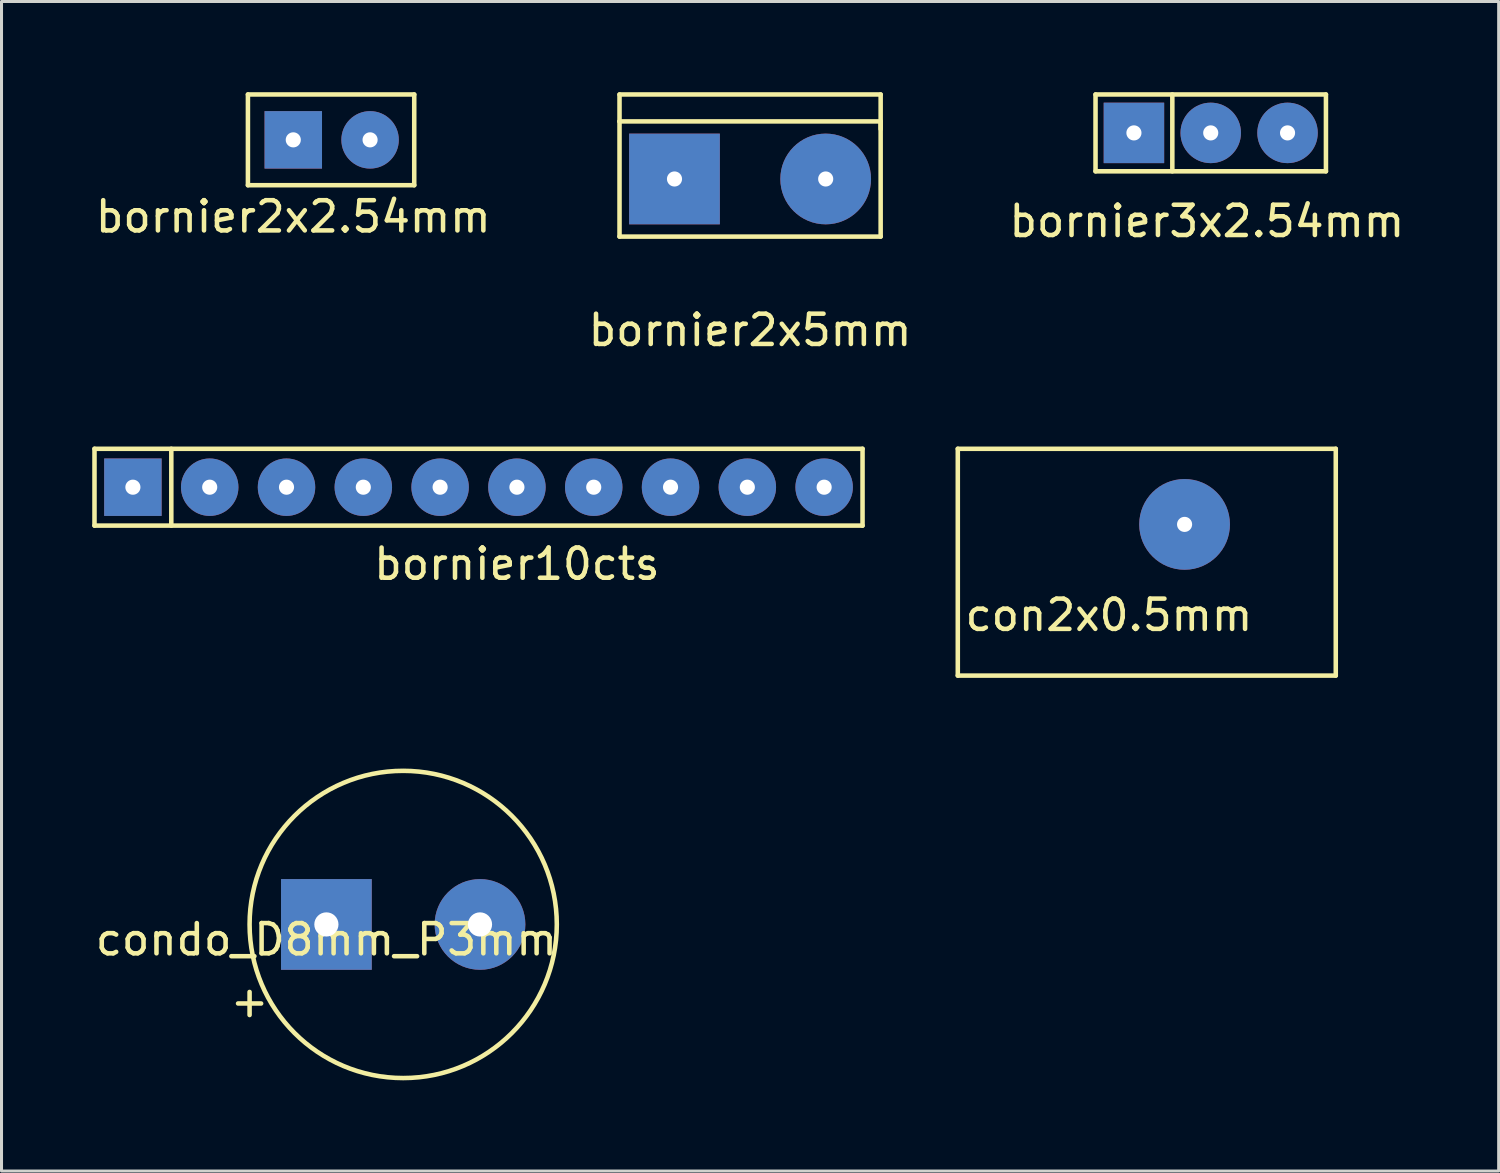
<source format=kicad_pcb>
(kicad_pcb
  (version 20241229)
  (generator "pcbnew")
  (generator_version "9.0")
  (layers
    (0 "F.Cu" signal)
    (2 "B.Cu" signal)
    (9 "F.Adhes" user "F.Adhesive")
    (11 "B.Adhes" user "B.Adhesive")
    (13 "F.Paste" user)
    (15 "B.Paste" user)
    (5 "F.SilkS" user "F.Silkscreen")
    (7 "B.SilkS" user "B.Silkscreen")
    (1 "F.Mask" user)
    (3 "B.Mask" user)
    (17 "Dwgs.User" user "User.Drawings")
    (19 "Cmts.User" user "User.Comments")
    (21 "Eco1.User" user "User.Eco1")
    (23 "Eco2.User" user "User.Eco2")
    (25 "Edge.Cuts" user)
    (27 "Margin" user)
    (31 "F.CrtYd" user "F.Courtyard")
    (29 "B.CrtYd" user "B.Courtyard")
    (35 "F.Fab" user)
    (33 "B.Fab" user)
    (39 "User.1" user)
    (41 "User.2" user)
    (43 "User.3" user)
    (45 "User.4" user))
  (footprint "bornier2x5mm"
    (layer "F.Cu")
    (at 21.756 2.869)
    (property "Reference" "bornier2x5mm" (at 0 5 0) (layer "F.SilkS") (effects (font (size 1 1) (thickness 0.15))))
    (attr through_hole)
    (fp_line (start -4.318 -2.794) (end 4.318 -2.794) (stroke (width 0.15) (type solid)) (layer "F.SilkS"))
    (fp_line (start -4.318 -1.905) (end -4.318 -2.794) (stroke (width 0.15) (type solid)) (layer "F.SilkS"))
    (fp_line (start -4.318 -1.905) (end 4.318 -1.905) (stroke (width 0.15) (type solid)) (layer "F.SilkS"))
    (fp_line (start -4.318 1.905) (end -4.318 -1.905) (stroke (width 0.15) (type solid)) (layer "F.SilkS"))
    (fp_line (start 4.318 -2.794) (end 4.318 -1.651) (stroke (width 0.15) (type solid)) (layer "F.SilkS"))
    (fp_line (start 4.318 -1.905) (end 4.318 1.905) (stroke (width 0.15) (type solid)) (layer "F.SilkS"))
    (fp_line (start 4.318 1.905) (end -4.318 1.905) (stroke (width 0.15) (type solid)) (layer "F.SilkS"))
    (pad "1" thru_hole rect (at -2.5 0) (size 3 3) (drill 0.5) (layers "*.Cu" "*.Mask"))
    (pad "2" thru_hole circle (at 2.5 0) (size 3 3) (drill 0.5) (layers "*.Cu" "*.Mask")))
  (footprint "bornier10cts"
    (layer "F.Cu")
    (at 14.045 13.062)
    (property "Reference" "bornier10cts" (at 0 2.54 0) (layer "F.SilkS") (effects (font (size 1 1) (thickness 0.15))))
    (attr through_hole)
    (fp_line (start -13.97 -1.27) (end -13.97 1.27) (stroke (width 0.15) (type solid)) (layer "F.SilkS"))
    (fp_line (start -13.97 1.27) (end 11.43 1.27) (stroke (width 0.15) (type solid)) (layer "F.SilkS"))
    (fp_line (start -11.43 1.27) (end -11.43 -1.27) (stroke (width 0.15) (type solid)) (layer "F.SilkS"))
    (fp_line (start 11.43 -1.27) (end -13.97 -1.27) (stroke (width 0.15) (type solid)) (layer "F.SilkS"))
    (fp_line (start 11.43 1.27) (end 11.43 -1.27) (stroke (width 0.15) (type solid)) (layer "F.SilkS"))
    (pad "1" thru_hole rect (at -12.7 0) (size 1.9 1.9) (drill 0.5) (layers "*.Cu" "*.Mask"))
    (pad "2" thru_hole circle (at -10.16 0) (size 1.9 1.9) (drill 0.5) (layers "*.Cu" "*.Mask"))
    (pad "3" thru_hole circle (at -7.62 0) (size 1.9 1.9) (drill 0.5) (layers "*.Cu" "*.Mask"))
    (pad "4" thru_hole circle (at -5.08 0) (size 1.9 1.9) (drill 0.5) (layers "*.Cu" "*.Mask"))
    (pad "5" thru_hole circle (at -2.54 0) (size 1.9 1.9) (drill 0.5) (layers "*.Cu" "*.Mask"))
    (pad "6" thru_hole circle (at 0 0) (size 1.9 1.9) (drill 0.5) (layers "*.Cu" "*.Mask"))
    (pad "7" thru_hole circle (at 2.54 0) (size 1.9 1.9) (drill 0.5) (layers "*.Cu" "*.Mask"))
    (pad "8" thru_hole circle (at 5.08 0) (size 1.9 1.9) (drill 0.5) (layers "*.Cu" "*.Mask"))
    (pad "9" thru_hole circle (at 7.62 0) (size 1.9 1.9) (drill 0.5) (layers "*.Cu" "*.Mask"))
    (pad "10" thru_hole circle (at 10.16 0) (size 1.9 1.9) (drill 0.5) (layers "*.Cu" "*.Mask")))
  (footprint "bornier2x2.54mm"
    (layer "F.Cu")
    (at 6.649 1.575)
    (property "Reference" "bornier2x2.54mm" (at 0 2.54 0) (layer "F.SilkS") (effects (font (size 1 1) (thickness 0.15))))
    (attr through_hole)
    (fp_line (start -1.5 -1.5) (end -1.5 1.5) (stroke (width 0.15) (type solid)) (layer "F.SilkS"))
    (fp_line (start -1.5 1.5) (end 4 1.5) (stroke (width 0.15) (type solid)) (layer "F.SilkS"))
    (fp_line (start 4 -1.5) (end -1.5 -1.5) (stroke (width 0.15) (type solid)) (layer "F.SilkS"))
    (fp_line (start 4 1.5) (end 4 -1.5) (stroke (width 0.15) (type solid)) (layer "F.SilkS"))
    (pad "1" thru_hole rect (at 0 0) (size 1.9 1.9) (drill 0.5) (layers "*.Cu" "*.Mask"))
    (pad "2" thru_hole circle (at 2.54 0) (size 1.9 1.9) (drill 0.5) (layers "*.Cu" "*.Mask")))
  (footprint "bornier3x2.54mm"
    (layer "F.Cu")
    (at 36.99 1.345)
    (property "Reference" "bornier3x2.54mm" (at -0.127 2.921 0) (layer "F.SilkS") (effects (font (size 1 1) (thickness 0.15))))
    (attr through_hole)
    (fp_line (start -3.81 -1.27) (end -3.81 1.27) (stroke (width 0.15) (type solid)) (layer "F.SilkS"))
    (fp_line (start -3.81 1.27) (end 3.81 1.27) (stroke (width 0.15) (type solid)) (layer "F.SilkS"))
    (fp_line (start -1.27 -1.27) (end -1.27 1.27) (stroke (width 0.15) (type solid)) (layer "F.SilkS"))
    (fp_line (start 3.81 -1.27) (end -3.81 -1.27) (stroke (width 0.15) (type solid)) (layer "F.SilkS"))
    (fp_line (start 3.81 1.27) (end 3.81 -1.27) (stroke (width 0.15) (type solid)) (layer "F.SilkS"))
    (pad "1" thru_hole rect (at -2.54 0) (size 2 2) (drill 0.5) (layers "*.Cu" "*.Mask"))
    (pad "2" thru_hole circle (at 0 0) (size 2 2) (drill 0.5) (layers "*.Cu" "*.Mask"))
    (pad "3" thru_hole circle (at 2.54 0) (size 2 2) (drill 0.5) (layers "*.Cu" "*.Mask")))
  (footprint "con2x0.5mm"
    (layer "F.Cu")
    (at 33.625 16.792)
    (property "Reference" "con2x0.5mm" (at 0 0.5 0) (layer "F.SilkS") (effects (font (size 1 1) (thickness 0.15))))
    (attr through_hole)
    (fp_line (start -5 -5) (end 7.5 -5) (stroke (width 0.15) (type solid)) (layer "F.SilkS"))
    (fp_line (start -5 2.5) (end -5 -5) (stroke (width 0.15) (type solid)) (layer "F.SilkS"))
    (fp_line (start 7.5 -5) (end 7.5 2.5) (stroke (width 0.15) (type solid)) (layer "F.SilkS"))
    (fp_line (start 7.5 2.5) (end -5 2.5) (stroke (width 0.15) (type solid)) (layer "F.SilkS"))
    (pad "3" thru_hole circle (at 2.5 -2.5) (size 3 3) (drill 0.5) (layers "*.Cu" "*.Mask")))
  (footprint "condo_D8mm_P3mm"
    (layer "F.Cu")
    (at 7.744 27.522)
    (property "Reference" "condo_D8mm_P3mm" (at 0 0.5 0) (layer "F.SilkS") (effects (font (size 1 1) (thickness 0.15))))
    (attr through_hole)
    (fp_circle (center 2.54 0) (end -2.54 0) (stroke (width 0.15) (type solid)) (fill no) (layer "F.SilkS"))
    (fp_text user "+" (at -2.54 2.54 0) (layer "F.SilkS") (effects (font (size 1 1) (thickness 0.15))))
    (pad "1" thru_hole rect (at 0 0) (size 3 3) (drill 0.8) (layers "*.Cu" "*.Mask"))
    (pad "2" thru_hole circle (at 5.08 0) (size 3 3) (drill 0.8) (layers "*.Cu" "*.Mask")))
  (gr_rect
    (start -3 -3)
    (end 46.512 35.677)
    (stroke (width 0.1) (type default))
    (fill no)
    (layer "Edge.Cuts")))
</source>
